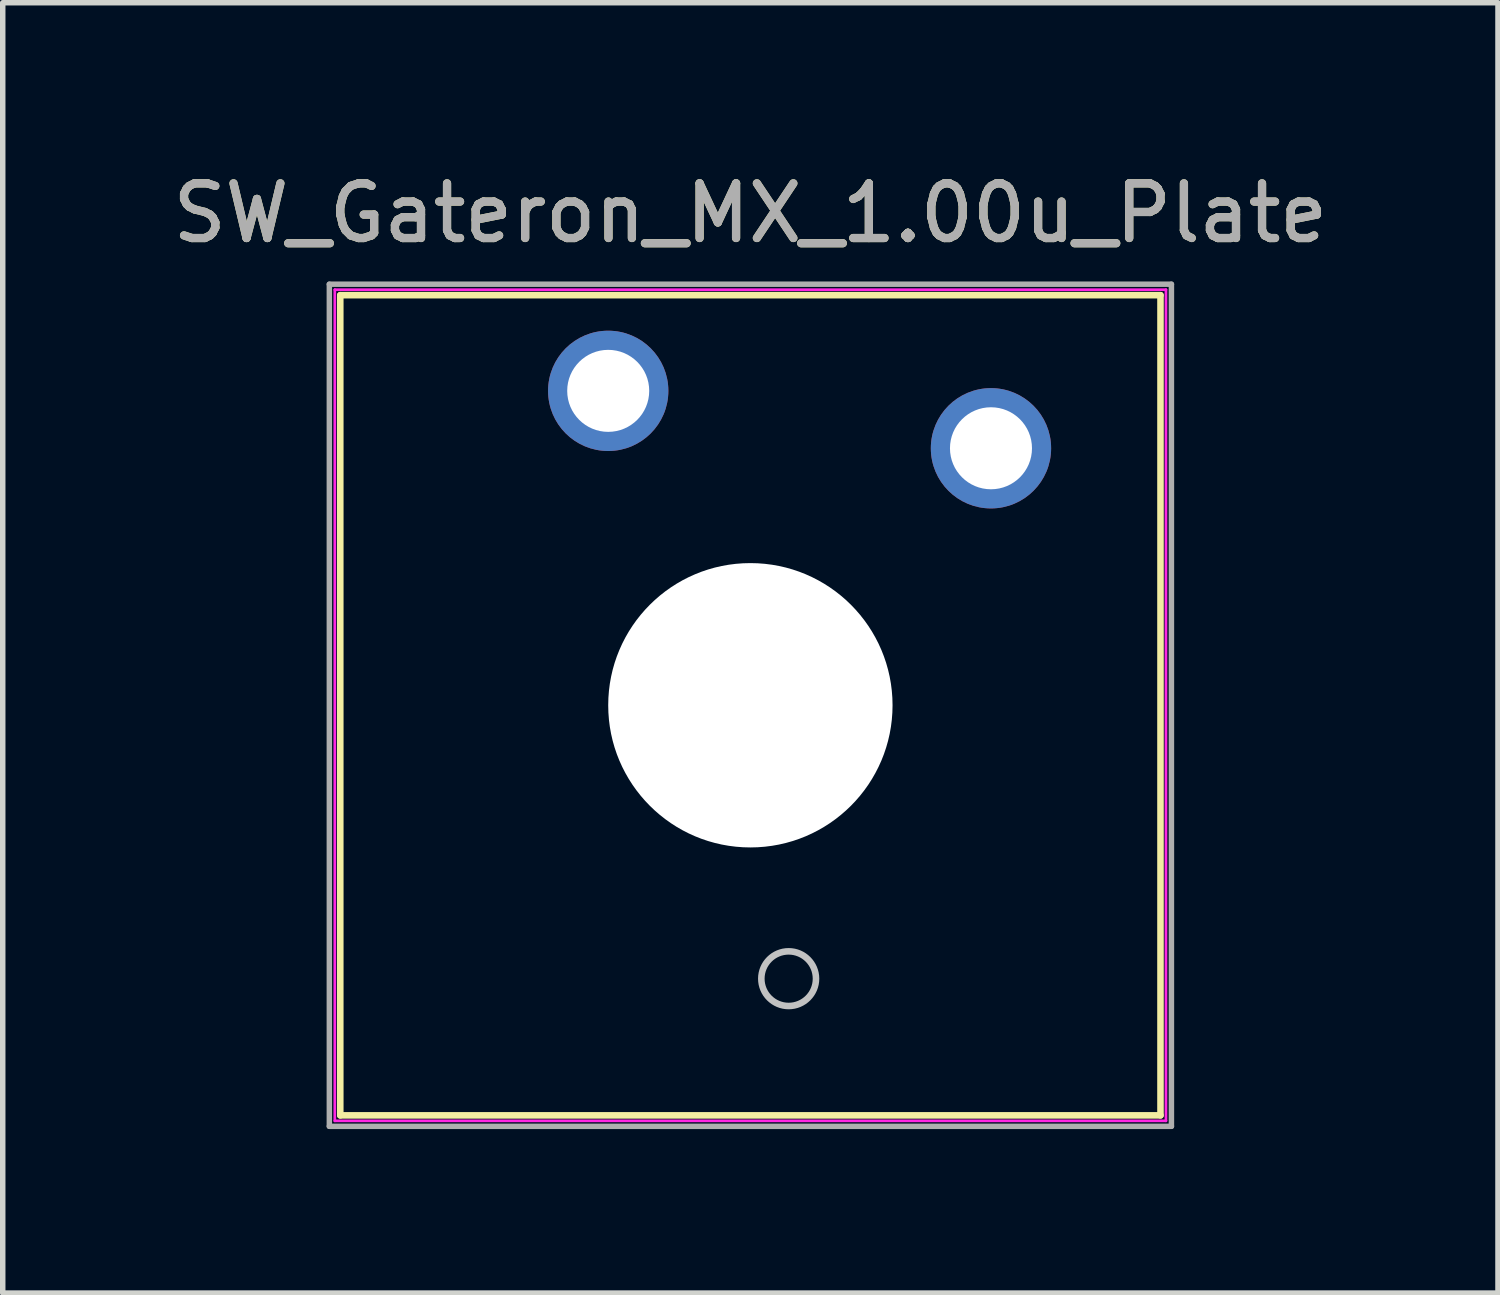
<source format=kicad_pcb>
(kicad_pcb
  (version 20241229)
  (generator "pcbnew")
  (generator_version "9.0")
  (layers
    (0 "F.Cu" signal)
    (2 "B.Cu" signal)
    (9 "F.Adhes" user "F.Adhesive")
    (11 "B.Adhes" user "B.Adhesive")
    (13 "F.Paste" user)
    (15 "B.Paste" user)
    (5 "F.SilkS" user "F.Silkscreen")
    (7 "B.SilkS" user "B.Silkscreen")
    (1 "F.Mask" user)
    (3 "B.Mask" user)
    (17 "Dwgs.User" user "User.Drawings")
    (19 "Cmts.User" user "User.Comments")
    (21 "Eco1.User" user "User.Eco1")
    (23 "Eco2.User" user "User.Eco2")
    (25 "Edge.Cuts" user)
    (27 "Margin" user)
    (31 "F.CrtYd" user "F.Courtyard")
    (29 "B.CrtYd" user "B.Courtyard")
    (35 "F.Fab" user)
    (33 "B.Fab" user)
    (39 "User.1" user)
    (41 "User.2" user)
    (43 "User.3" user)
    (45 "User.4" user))
  (footprint "SW_Gateron_MX_1.00u_Plate"
    (layer "F.Cu")
    (at 10.673 9.848)
    (property "Reference" "SW_Gateron_MX_1.00u_Plate" (at 0 -9 0) (layer "F.SilkS") (effects (font (size 1 1) (thickness 0.15))))
    (attr through_hole)
    (fp_line (start -7.5 -7.5) (end 7.5 -7.5) (stroke (width 0.12) (type solid)) (layer "F.SilkS"))
    (fp_line (start -7.5 7.5) (end -7.5 -7.5) (stroke (width 0.12) (type solid)) (layer "F.SilkS"))
    (fp_line (start 7.5 -7.5) (end 7.5 7.5) (stroke (width 0.12) (type solid)) (layer "F.SilkS"))
    (fp_line (start 7.5 7.5) (end -7.5 7.5) (stroke (width 0.12) (type solid)) (layer "F.SilkS"))
    (fp_circle (center 0.7 5) (end 1.2 5) (stroke (width 0.12) (type default)) (fill no) (layer "Dwgs.User"))
    (fp_line (start -7.6 -7.6) (end 7.6 -7.6) (stroke (width 0.05) (type solid)) (layer "F.CrtYd"))
    (fp_line (start -7.6 7.6) (end -7.6 -7.6) (stroke (width 0.05) (type solid)) (layer "F.CrtYd"))
    (fp_line (start 7.6 -7.6) (end 7.6 7.6) (stroke (width 0.05) (type solid)) (layer "F.CrtYd"))
    (fp_line (start 7.6 7.6) (end -7.6 7.6) (stroke (width 0.05) (type solid)) (layer "F.CrtYd"))
    (fp_line (start -7.7 -7.7) (end 7.7 -7.7) (stroke (width 0.1) (type solid)) (layer "F.Fab"))
    (fp_line (start -7.7 7.7) (end -7.7 -7.7) (stroke (width 0.1) (type solid)) (layer "F.Fab"))
    (fp_line (start 7.7 -7.7) (end 7.7 7.7) (stroke (width 0.1) (type solid)) (layer "F.Fab"))
    (fp_line (start 7.7 7.7) (end -7.7 7.7) (stroke (width 0.1) (type solid)) (layer "F.Fab"))
    (fp_text user "${REFERENCE}" (at 0 -9 0) (layer "F.Fab") (effects (font (size 1 1) (thickness 0.15))))
    (pad "" np_thru_hole circle (at 0 0) (size 5.2 5.2) (drill 5.2) (layers "*.Cu" "*.Mask"))
    (pad "1" thru_hole circle (at 4.4 -4.7) (size 2.2 2.2) (drill 1.5) (layers "*.Cu" "*.Mask"))
    (pad "2" thru_hole circle (at -2.6 -5.75) (size 2.2 2.2) (drill 1.5) (layers "*.Cu" "*.Mask")))
  (gr_rect
    (start -3 -3)
    (end 24.345 20.598)
    (stroke (width 0.1) (type default))
    (fill no)
    (layer "Edge.Cuts")))
</source>
